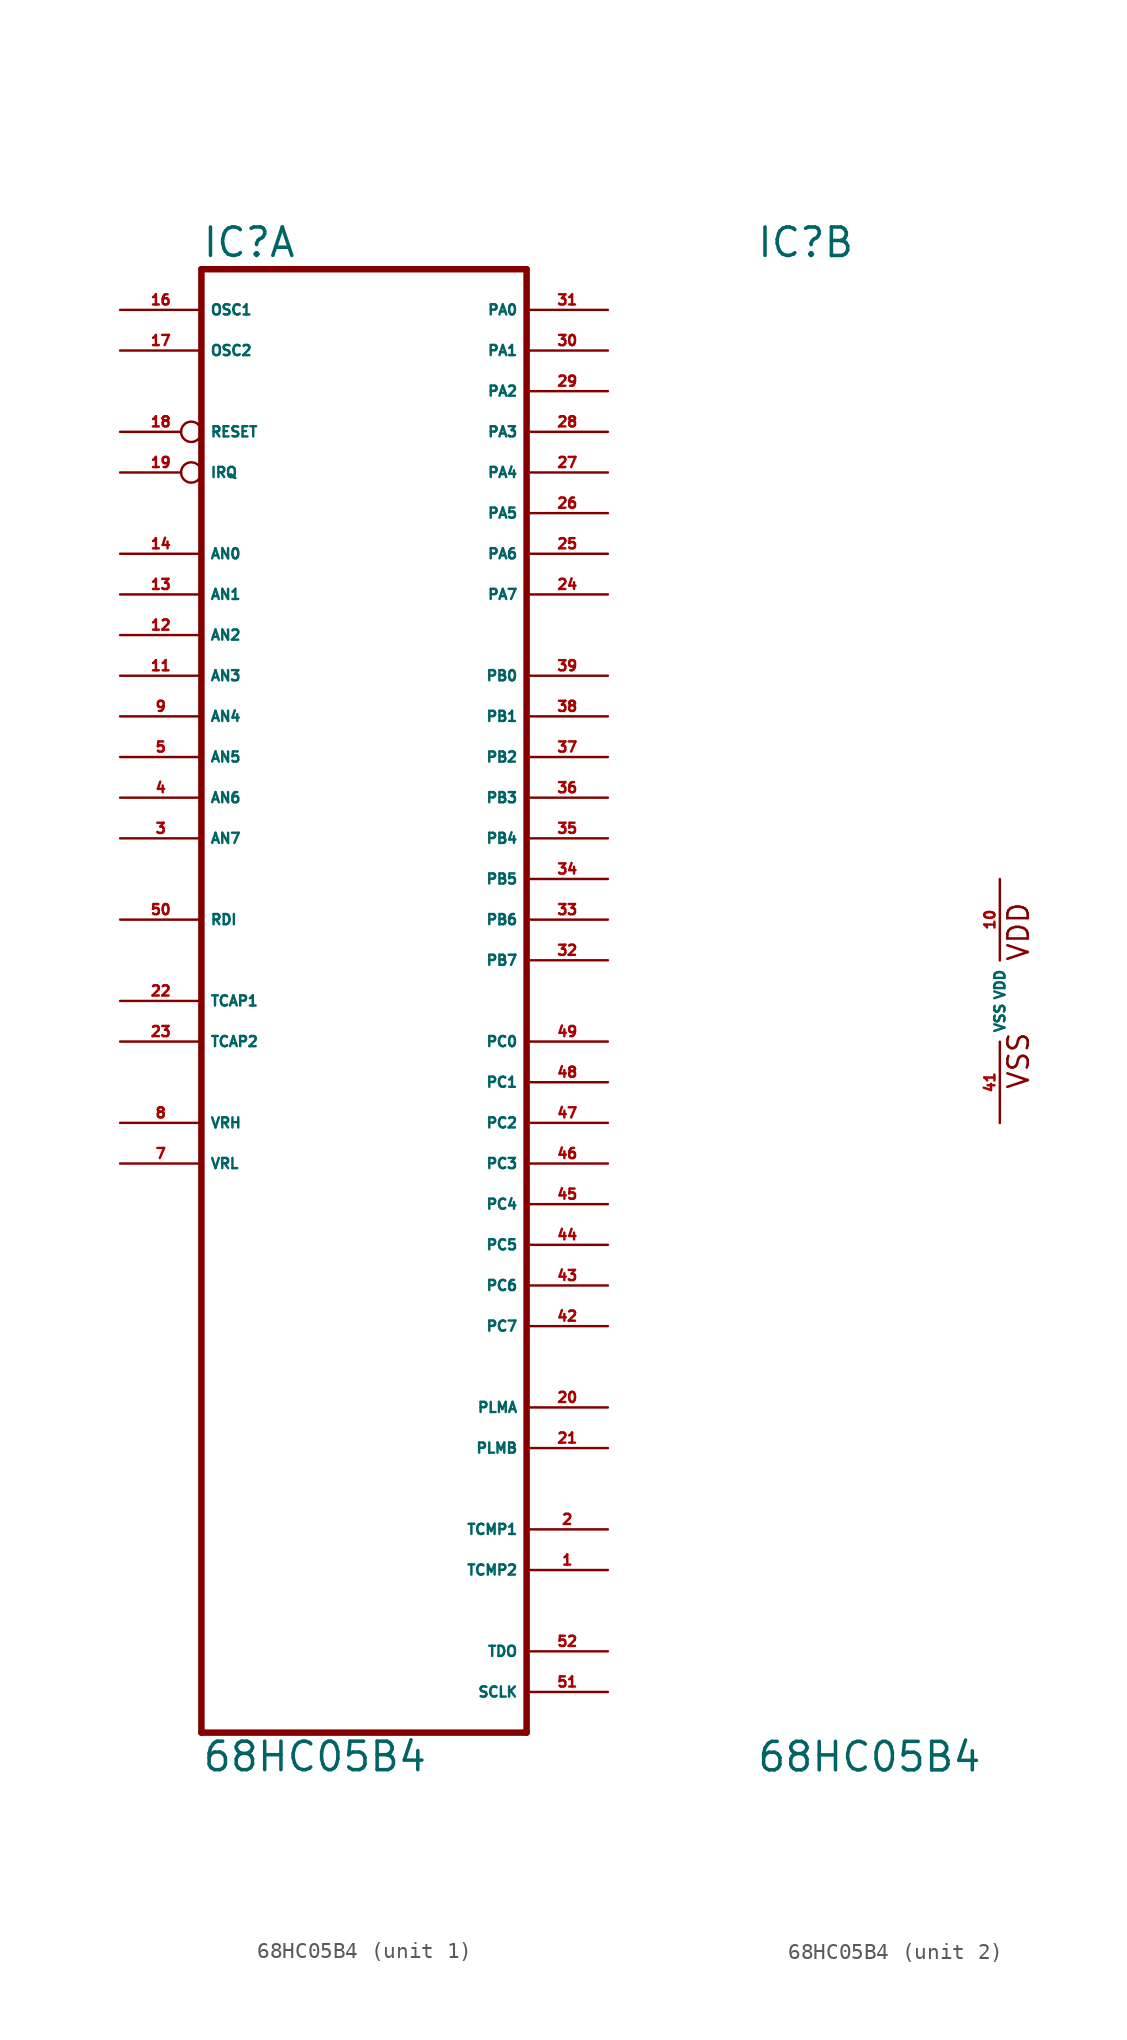
<source format=kicad_sym>
(kicad_symbol_lib
  (version 20220914)
  (generator Eagle2Kicad)
  (symbol "68HC05B4"
    (property "Reference" "IC"
      (at -15.24 46.355 0)
      (effects (font (size 1.778 1.778) (thickness 0.22)) (justify left bottom)))
    (property "Value" "68HC05B4"
      (at -15.24 -48.26 0)
      (effects (font (size 1.778 1.778) (thickness 0.22)) (justify left bottom)))
    (symbol "68HC05B4_1_0"
      (polyline (pts (xy -15.24 -45.72) (xy 5.08 -45.72)) (stroke (width 0.406) (type default)) (fill (type none)))
      (polyline (pts (xy 5.08 -45.72) (xy 5.08 45.72)) (stroke (width 0.406) (type default)) (fill (type none)))
      (polyline (pts (xy 5.08 45.72) (xy -15.24 45.72)) (stroke (width 0.406) (type default)) (fill (type none)))
      (polyline (pts (xy -15.24 45.72) (xy -15.24 -45.72)) (stroke (width 0.406) (type default)) (fill (type none)))
      (pin output line (at 10.16 -40.64 180) (length 5.08) (name "TDO" (effects (font (size 0.635 0.635) (thickness 0.08)) (justify left bottom))) (number "52" (effects (font (size 0.635 0.635) (thickness 0.08)) (justify left bottom))))
      (pin output line (at 10.16 -35.56 180) (length 5.08) (name "TCMP2" (effects (font (size 0.635 0.635) (thickness 0.08)) (justify left bottom))) (number "1" (effects (font (size 0.635 0.635) (thickness 0.08)) (justify left bottom))))
      (pin output line (at 10.16 -33.02 180) (length 5.08) (name "TCMP1" (effects (font (size 0.635 0.635) (thickness 0.08)) (justify left bottom))) (number "2" (effects (font (size 0.635 0.635) (thickness 0.08)) (justify left bottom))))
      (pin input line (at -20.32 15.24 0) (length 5.08) (name "AN5" (effects (font (size 0.635 0.635) (thickness 0.08)) (justify left bottom))) (number "5" (effects (font (size 0.635 0.635) (thickness 0.08)) (justify left bottom))))
      (pin input line (at -20.32 -10.16 0) (length 5.08) (name "VRL" (effects (font (size 0.635 0.635) (thickness 0.08)) (justify left bottom))) (number "7" (effects (font (size 0.635 0.635) (thickness 0.08)) (justify left bottom))))
      (pin input line (at -20.32 -7.62 0) (length 5.08) (name "VRH" (effects (font (size 0.635 0.635) (thickness 0.08)) (justify left bottom))) (number "8" (effects (font (size 0.635 0.635) (thickness 0.08)) (justify left bottom))))
      (pin input line (at -20.32 17.78 0) (length 5.08) (name "AN4" (effects (font (size 0.635 0.635) (thickness 0.08)) (justify left bottom))) (number "9" (effects (font (size 0.635 0.635) (thickness 0.08)) (justify left bottom))))
      (pin input line (at -20.32 20.32 0) (length 5.08) (name "AN3" (effects (font (size 0.635 0.635) (thickness 0.08)) (justify left bottom))) (number "11" (effects (font (size 0.635 0.635) (thickness 0.08)) (justify left bottom))))
      (pin input line (at -20.32 22.86 0) (length 5.08) (name "AN2" (effects (font (size 0.635 0.635) (thickness 0.08)) (justify left bottom))) (number "12" (effects (font (size 0.635 0.635) (thickness 0.08)) (justify left bottom))))
      (pin input line (at -20.32 25.4 0) (length 5.08) (name "AN1" (effects (font (size 0.635 0.635) (thickness 0.08)) (justify left bottom))) (number "13" (effects (font (size 0.635 0.635) (thickness 0.08)) (justify left bottom))))
      (pin input line (at -20.32 27.94 0) (length 5.08) (name "AN0" (effects (font (size 0.635 0.635) (thickness 0.08)) (justify left bottom))) (number "14" (effects (font (size 0.635 0.635) (thickness 0.08)) (justify left bottom))))
      (pin input line (at -20.32 43.18 0) (length 5.08) (name "OSC1" (effects (font (size 0.635 0.635) (thickness 0.08)) (justify left bottom))) (number "16" (effects (font (size 0.635 0.635) (thickness 0.08)) (justify left bottom))))
      (pin passive line (at -20.32 40.64 0) (length 5.08) (name "OSC2" (effects (font (size 0.635 0.635) (thickness 0.08)) (justify left bottom))) (number "17" (effects (font (size 0.635 0.635) (thickness 0.08)) (justify left bottom))))
      (pin input inverted (at -20.32 35.56 0) (length 5.08) (name "RESET" (effects (font (size 0.635 0.635) (thickness 0.08)) (justify left bottom))) (number "18" (effects (font (size 0.635 0.635) (thickness 0.08)) (justify left bottom))))
      (pin input inverted (at -20.32 33.02 0) (length 5.08) (name "IRQ" (effects (font (size 0.635 0.635) (thickness 0.08)) (justify left bottom))) (number "19" (effects (font (size 0.635 0.635) (thickness 0.08)) (justify left bottom))))
      (pin output line (at 10.16 -25.4 180) (length 5.08) (name "PLMA" (effects (font (size 0.635 0.635) (thickness 0.08)) (justify left bottom))) (number "20" (effects (font (size 0.635 0.635) (thickness 0.08)) (justify left bottom))))
      (pin output line (at 10.16 -27.94 180) (length 5.08) (name "PLMB" (effects (font (size 0.635 0.635) (thickness 0.08)) (justify left bottom))) (number "21" (effects (font (size 0.635 0.635) (thickness 0.08)) (justify left bottom))))
      (pin input line (at -20.32 0 0) (length 5.08) (name "TCAP1" (effects (font (size 0.635 0.635) (thickness 0.08)) (justify left bottom))) (number "22" (effects (font (size 0.635 0.635) (thickness 0.08)) (justify left bottom))))
      (pin input line (at -20.32 -2.54 0) (length 5.08) (name "TCAP2" (effects (font (size 0.635 0.635) (thickness 0.08)) (justify left bottom))) (number "23" (effects (font (size 0.635 0.635) (thickness 0.08)) (justify left bottom))))
      (pin bidirectional line (at 10.16 25.4 180) (length 5.08) (name "PA7" (effects (font (size 0.635 0.635) (thickness 0.08)) (justify left bottom))) (number "24" (effects (font (size 0.635 0.635) (thickness 0.08)) (justify left bottom))))
      (pin bidirectional line (at 10.16 27.94 180) (length 5.08) (name "PA6" (effects (font (size 0.635 0.635) (thickness 0.08)) (justify left bottom))) (number "25" (effects (font (size 0.635 0.635) (thickness 0.08)) (justify left bottom))))
      (pin bidirectional line (at 10.16 30.48 180) (length 5.08) (name "PA5" (effects (font (size 0.635 0.635) (thickness 0.08)) (justify left bottom))) (number "26" (effects (font (size 0.635 0.635) (thickness 0.08)) (justify left bottom))))
      (pin bidirectional line (at 10.16 33.02 180) (length 5.08) (name "PA4" (effects (font (size 0.635 0.635) (thickness 0.08)) (justify left bottom))) (number "27" (effects (font (size 0.635 0.635) (thickness 0.08)) (justify left bottom))))
      (pin bidirectional line (at 10.16 35.56 180) (length 5.08) (name "PA3" (effects (font (size 0.635 0.635) (thickness 0.08)) (justify left bottom))) (number "28" (effects (font (size 0.635 0.635) (thickness 0.08)) (justify left bottom))))
      (pin bidirectional line (at 10.16 38.1 180) (length 5.08) (name "PA2" (effects (font (size 0.635 0.635) (thickness 0.08)) (justify left bottom))) (number "29" (effects (font (size 0.635 0.635) (thickness 0.08)) (justify left bottom))))
      (pin bidirectional line (at 10.16 40.64 180) (length 5.08) (name "PA1" (effects (font (size 0.635 0.635) (thickness 0.08)) (justify left bottom))) (number "30" (effects (font (size 0.635 0.635) (thickness 0.08)) (justify left bottom))))
      (pin bidirectional line (at 10.16 43.18 180) (length 5.08) (name "PA0" (effects (font (size 0.635 0.635) (thickness 0.08)) (justify left bottom))) (number "31" (effects (font (size 0.635 0.635) (thickness 0.08)) (justify left bottom))))
      (pin bidirectional line (at 10.16 2.54 180) (length 5.08) (name "PB7" (effects (font (size 0.635 0.635) (thickness 0.08)) (justify left bottom))) (number "32" (effects (font (size 0.635 0.635) (thickness 0.08)) (justify left bottom))))
      (pin bidirectional line (at 10.16 5.08 180) (length 5.08) (name "PB6" (effects (font (size 0.635 0.635) (thickness 0.08)) (justify left bottom))) (number "33" (effects (font (size 0.635 0.635) (thickness 0.08)) (justify left bottom))))
      (pin bidirectional line (at 10.16 7.62 180) (length 5.08) (name "PB5" (effects (font (size 0.635 0.635) (thickness 0.08)) (justify left bottom))) (number "34" (effects (font (size 0.635 0.635) (thickness 0.08)) (justify left bottom))))
      (pin bidirectional line (at 10.16 10.16 180) (length 5.08) (name "PB4" (effects (font (size 0.635 0.635) (thickness 0.08)) (justify left bottom))) (number "35" (effects (font (size 0.635 0.635) (thickness 0.08)) (justify left bottom))))
      (pin bidirectional line (at 10.16 12.7 180) (length 5.08) (name "PB3" (effects (font (size 0.635 0.635) (thickness 0.08)) (justify left bottom))) (number "36" (effects (font (size 0.635 0.635) (thickness 0.08)) (justify left bottom))))
      (pin bidirectional line (at 10.16 15.24 180) (length 5.08) (name "PB2" (effects (font (size 0.635 0.635) (thickness 0.08)) (justify left bottom))) (number "37" (effects (font (size 0.635 0.635) (thickness 0.08)) (justify left bottom))))
      (pin bidirectional line (at 10.16 17.78 180) (length 5.08) (name "PB1" (effects (font (size 0.635 0.635) (thickness 0.08)) (justify left bottom))) (number "38" (effects (font (size 0.635 0.635) (thickness 0.08)) (justify left bottom))))
      (pin bidirectional line (at 10.16 20.32 180) (length 5.08) (name "PB0" (effects (font (size 0.635 0.635) (thickness 0.08)) (justify left bottom))) (number "39" (effects (font (size 0.635 0.635) (thickness 0.08)) (justify left bottom))))
      (pin bidirectional line (at 10.16 -20.32 180) (length 5.08) (name "PC7" (effects (font (size 0.635 0.635) (thickness 0.08)) (justify left bottom))) (number "42" (effects (font (size 0.635 0.635) (thickness 0.08)) (justify left bottom))))
      (pin bidirectional line (at 10.16 -17.78 180) (length 5.08) (name "PC6" (effects (font (size 0.635 0.635) (thickness 0.08)) (justify left bottom))) (number "43" (effects (font (size 0.635 0.635) (thickness 0.08)) (justify left bottom))))
      (pin bidirectional line (at 10.16 -15.24 180) (length 5.08) (name "PC5" (effects (font (size 0.635 0.635) (thickness 0.08)) (justify left bottom))) (number "44" (effects (font (size 0.635 0.635) (thickness 0.08)) (justify left bottom))))
      (pin bidirectional line (at 10.16 -12.7 180) (length 5.08) (name "PC4" (effects (font (size 0.635 0.635) (thickness 0.08)) (justify left bottom))) (number "45" (effects (font (size 0.635 0.635) (thickness 0.08)) (justify left bottom))))
      (pin bidirectional line (at 10.16 -10.16 180) (length 5.08) (name "PC3" (effects (font (size 0.635 0.635) (thickness 0.08)) (justify left bottom))) (number "46" (effects (font (size 0.635 0.635) (thickness 0.08)) (justify left bottom))))
      (pin bidirectional line (at 10.16 -7.62 180) (length 5.08) (name "PC2" (effects (font (size 0.635 0.635) (thickness 0.08)) (justify left bottom))) (number "47" (effects (font (size 0.635 0.635) (thickness 0.08)) (justify left bottom))))
      (pin bidirectional line (at 10.16 -5.08 180) (length 5.08) (name "PC1" (effects (font (size 0.635 0.635) (thickness 0.08)) (justify left bottom))) (number "48" (effects (font (size 0.635 0.635) (thickness 0.08)) (justify left bottom))))
      (pin bidirectional line (at 10.16 -2.54 180) (length 5.08) (name "PC0" (effects (font (size 0.635 0.635) (thickness 0.08)) (justify left bottom))) (number "49" (effects (font (size 0.635 0.635) (thickness 0.08)) (justify left bottom))))
      (pin input line (at -20.32 5.08 0) (length 5.08) (name "RDI" (effects (font (size 0.635 0.635) (thickness 0.08)) (justify left bottom))) (number "50" (effects (font (size 0.635 0.635) (thickness 0.08)) (justify left bottom))))
      (pin output line (at 10.16 -43.18 180) (length 5.08) (name "SCLK" (effects (font (size 0.635 0.635) (thickness 0.08)) (justify left bottom))) (number "51" (effects (font (size 0.635 0.635) (thickness 0.08)) (justify left bottom))))
      (pin input line (at -20.32 12.7 0) (length 5.08) (name "AN6" (effects (font (size 0.635 0.635) (thickness 0.08)) (justify left bottom))) (number "4" (effects (font (size 0.635 0.635) (thickness 0.08)) (justify left bottom))))
      (pin input line (at -20.32 10.16 0) (length 5.08) (name "AN7" (effects (font (size 0.635 0.635) (thickness 0.08)) (justify left bottom))) (number "3" (effects (font (size 0.635 0.635) (thickness 0.08)) (justify left bottom)))))
    (symbol "68HC05B4_2_0"
      (text "VSS" (at 1.905 -5.588 900) (effects (font (size 1.27 1.27) (thickness 0.16)) (justify left bottom)))
      (text "VDD" (at 1.905 2.413 900) (effects (font (size 1.27 1.27) (thickness 0.16)) (justify left bottom)))
      (pin unspecified line (at 0 -7.62 90) (length 5.08) (name "VSS" (effects (font (size 0.635 0.635) (thickness 0.08)) (justify left bottom))) (number "41" (effects (font (size 0.635 0.635) (thickness 0.08)) (justify left bottom))))
      (pin unspecified line (at 0 7.62 270) (length 5.08) (name "VDD" (effects (font (size 0.635 0.635) (thickness 0.08)) (justify left bottom))) (number "10" (effects (font (size 0.635 0.635) (thickness 0.08)) (justify left bottom)))))))
</source>
